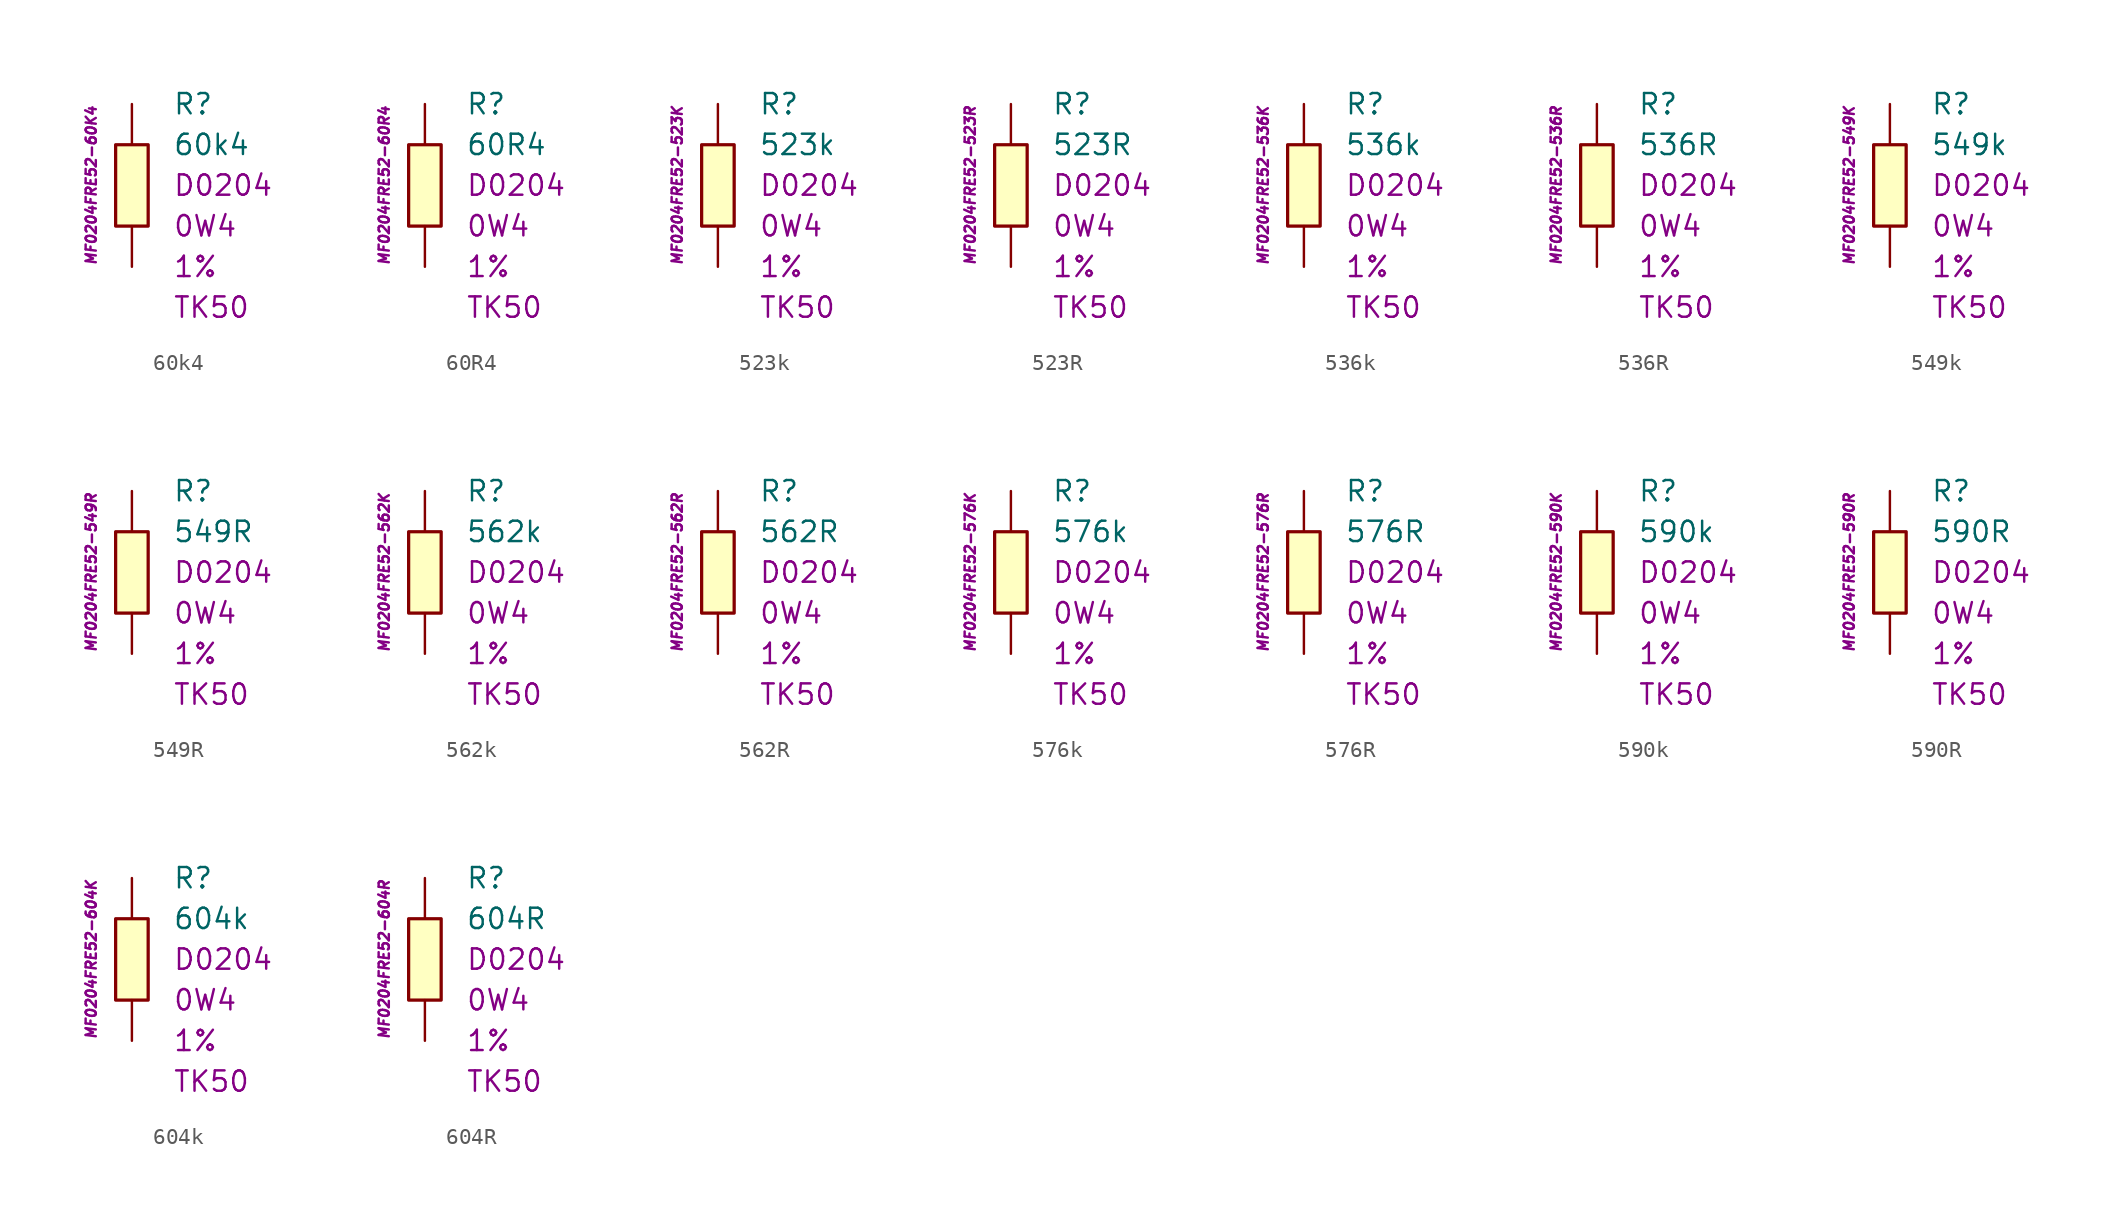
<source format=kicad_sym>
(kicad_symbol_lib
  (version 20201005)
  (generator kicad_symbol_editor)
  (symbol "60k4"
    (pin_numbers hide)
    (pin_names
      (offset 1.016) hide)
    (property "Reference" "R"
      (at 2.54 5.08 0)
      (effects (font (size 1.27 1.27)) (justify left)))
    (property "Value" "60k4"
      (at 2.54 2.54 0)
      (effects (font (size 1.27 1.27)) (justify left)))
    (property "Package" "D0204"
      (at 2.54 0 0)
      (effects (font (size 1.27 1.27)) (justify left)))
    (property "Power" "0W4"
      (at 2.54 -2.54 0)
      (effects (font (size 1.27 1.27)) (justify left)))
    (property "Tolerance" "1%"
      (at 2.54 -5.08 0)
      (effects (font (size 1.27 1.27)) (justify left)))
    (property "TK" "TK50"
      (at 2.54 -7.62 0)
      (effects (font (size 1.27 1.27)) (justify left)))
    (property "ID" "MF0204FRE52-60K4"
      (at -2.54 0 90)
      (effects (font (size 0.635 0.635) italic)))
    (symbol "60k4_0_1"
      (rectangle (start -1.016 2.54) (end 1.016 -2.54) (stroke (width 0.203)) (fill (type background))))
    (symbol "60k4_1_1"
      (pin passive line (at 0 5.08 270) (length 2.54) (name "~" (effects (font (size 1.778 1.778)))) (number "1" (effects (font (size 1.778 1.778)))))
      (pin passive line (at 0 -5.08 90) (length 2.54) (name "~" (effects (font (size 1.778 1.778)))) (number "2" (effects (font (size 1.778 1.778)))))))
  (symbol "60R4"
    (pin_numbers hide)
    (pin_names
      (offset 1.016) hide)
    (property "Reference" "R"
      (at 2.54 5.08 0)
      (effects (font (size 1.27 1.27)) (justify left)))
    (property "Value" "60R4"
      (at 2.54 2.54 0)
      (effects (font (size 1.27 1.27)) (justify left)))
    (property "Package" "D0204"
      (at 2.54 0 0)
      (effects (font (size 1.27 1.27)) (justify left)))
    (property "Power" "0W4"
      (at 2.54 -2.54 0)
      (effects (font (size 1.27 1.27)) (justify left)))
    (property "Tolerance" "1%"
      (at 2.54 -5.08 0)
      (effects (font (size 1.27 1.27)) (justify left)))
    (property "TK" "TK50"
      (at 2.54 -7.62 0)
      (effects (font (size 1.27 1.27)) (justify left)))
    (property "ID" "MF0204FRE52-60R4"
      (at -2.54 0 90)
      (effects (font (size 0.635 0.635) italic)))
    (symbol "60R4_0_1"
      (rectangle (start -1.016 2.54) (end 1.016 -2.54) (stroke (width 0.203)) (fill (type background))))
    (symbol "60R4_1_1"
      (pin passive line (at 0 5.08 270) (length 2.54) (name "~" (effects (font (size 1.778 1.778)))) (number "1" (effects (font (size 1.778 1.778)))))
      (pin passive line (at 0 -5.08 90) (length 2.54) (name "~" (effects (font (size 1.778 1.778)))) (number "2" (effects (font (size 1.778 1.778)))))))
  (symbol "523k"
    (pin_numbers hide)
    (pin_names
      (offset 1.016) hide)
    (property "Reference" "R"
      (at 2.54 5.08 0)
      (effects (font (size 1.27 1.27)) (justify left)))
    (property "Value" "523k"
      (at 2.54 2.54 0)
      (effects (font (size 1.27 1.27)) (justify left)))
    (property "Package" "D0204"
      (at 2.54 0 0)
      (effects (font (size 1.27 1.27)) (justify left)))
    (property "Power" "0W4"
      (at 2.54 -2.54 0)
      (effects (font (size 1.27 1.27)) (justify left)))
    (property "Tolerance" "1%"
      (at 2.54 -5.08 0)
      (effects (font (size 1.27 1.27)) (justify left)))
    (property "TK" "TK50"
      (at 2.54 -7.62 0)
      (effects (font (size 1.27 1.27)) (justify left)))
    (property "ID" "MF0204FRE52-523K"
      (at -2.54 0 90)
      (effects (font (size 0.635 0.635) italic)))
    (symbol "523k_0_1"
      (rectangle (start -1.016 2.54) (end 1.016 -2.54) (stroke (width 0.203)) (fill (type background))))
    (symbol "523k_1_1"
      (pin passive line (at 0 5.08 270) (length 2.54) (name "~" (effects (font (size 1.778 1.778)))) (number "1" (effects (font (size 1.778 1.778)))))
      (pin passive line (at 0 -5.08 90) (length 2.54) (name "~" (effects (font (size 1.778 1.778)))) (number "2" (effects (font (size 1.778 1.778)))))))
  (symbol "523R"
    (pin_numbers hide)
    (pin_names
      (offset 1.016) hide)
    (property "Reference" "R"
      (at 2.54 5.08 0)
      (effects (font (size 1.27 1.27)) (justify left)))
    (property "Value" "523R"
      (at 2.54 2.54 0)
      (effects (font (size 1.27 1.27)) (justify left)))
    (property "Package" "D0204"
      (at 2.54 0 0)
      (effects (font (size 1.27 1.27)) (justify left)))
    (property "Power" "0W4"
      (at 2.54 -2.54 0)
      (effects (font (size 1.27 1.27)) (justify left)))
    (property "Tolerance" "1%"
      (at 2.54 -5.08 0)
      (effects (font (size 1.27 1.27)) (justify left)))
    (property "TK" "TK50"
      (at 2.54 -7.62 0)
      (effects (font (size 1.27 1.27)) (justify left)))
    (property "ID" "MF0204FRE52-523R"
      (at -2.54 0 90)
      (effects (font (size 0.635 0.635) italic)))
    (symbol "523R_0_1"
      (rectangle (start -1.016 2.54) (end 1.016 -2.54) (stroke (width 0.203)) (fill (type background))))
    (symbol "523R_1_1"
      (pin passive line (at 0 5.08 270) (length 2.54) (name "~" (effects (font (size 1.778 1.778)))) (number "1" (effects (font (size 1.778 1.778)))))
      (pin passive line (at 0 -5.08 90) (length 2.54) (name "~" (effects (font (size 1.778 1.778)))) (number "2" (effects (font (size 1.778 1.778)))))))
  (symbol "536k"
    (pin_numbers hide)
    (pin_names
      (offset 1.016) hide)
    (property "Reference" "R"
      (at 2.54 5.08 0)
      (effects (font (size 1.27 1.27)) (justify left)))
    (property "Value" "536k"
      (at 2.54 2.54 0)
      (effects (font (size 1.27 1.27)) (justify left)))
    (property "Package" "D0204"
      (at 2.54 0 0)
      (effects (font (size 1.27 1.27)) (justify left)))
    (property "Power" "0W4"
      (at 2.54 -2.54 0)
      (effects (font (size 1.27 1.27)) (justify left)))
    (property "Tolerance" "1%"
      (at 2.54 -5.08 0)
      (effects (font (size 1.27 1.27)) (justify left)))
    (property "TK" "TK50"
      (at 2.54 -7.62 0)
      (effects (font (size 1.27 1.27)) (justify left)))
    (property "ID" "MF0204FRE52-536K"
      (at -2.54 0 90)
      (effects (font (size 0.635 0.635) italic)))
    (symbol "536k_0_1"
      (rectangle (start -1.016 2.54) (end 1.016 -2.54) (stroke (width 0.203)) (fill (type background))))
    (symbol "536k_1_1"
      (pin passive line (at 0 5.08 270) (length 2.54) (name "~" (effects (font (size 1.778 1.778)))) (number "1" (effects (font (size 1.778 1.778)))))
      (pin passive line (at 0 -5.08 90) (length 2.54) (name "~" (effects (font (size 1.778 1.778)))) (number "2" (effects (font (size 1.778 1.778)))))))
  (symbol "536R"
    (pin_numbers hide)
    (pin_names
      (offset 1.016) hide)
    (property "Reference" "R"
      (at 2.54 5.08 0)
      (effects (font (size 1.27 1.27)) (justify left)))
    (property "Value" "536R"
      (at 2.54 2.54 0)
      (effects (font (size 1.27 1.27)) (justify left)))
    (property "Package" "D0204"
      (at 2.54 0 0)
      (effects (font (size 1.27 1.27)) (justify left)))
    (property "Power" "0W4"
      (at 2.54 -2.54 0)
      (effects (font (size 1.27 1.27)) (justify left)))
    (property "Tolerance" "1%"
      (at 2.54 -5.08 0)
      (effects (font (size 1.27 1.27)) (justify left)))
    (property "TK" "TK50"
      (at 2.54 -7.62 0)
      (effects (font (size 1.27 1.27)) (justify left)))
    (property "ID" "MF0204FRE52-536R"
      (at -2.54 0 90)
      (effects (font (size 0.635 0.635) italic)))
    (symbol "536R_0_1"
      (rectangle (start -1.016 2.54) (end 1.016 -2.54) (stroke (width 0.203)) (fill (type background))))
    (symbol "536R_1_1"
      (pin passive line (at 0 5.08 270) (length 2.54) (name "~" (effects (font (size 1.778 1.778)))) (number "1" (effects (font (size 1.778 1.778)))))
      (pin passive line (at 0 -5.08 90) (length 2.54) (name "~" (effects (font (size 1.778 1.778)))) (number "2" (effects (font (size 1.778 1.778)))))))
  (symbol "549k"
    (pin_numbers hide)
    (pin_names
      (offset 1.016) hide)
    (property "Reference" "R"
      (at 2.54 5.08 0)
      (effects (font (size 1.27 1.27)) (justify left)))
    (property "Value" "549k"
      (at 2.54 2.54 0)
      (effects (font (size 1.27 1.27)) (justify left)))
    (property "Package" "D0204"
      (at 2.54 0 0)
      (effects (font (size 1.27 1.27)) (justify left)))
    (property "Power" "0W4"
      (at 2.54 -2.54 0)
      (effects (font (size 1.27 1.27)) (justify left)))
    (property "Tolerance" "1%"
      (at 2.54 -5.08 0)
      (effects (font (size 1.27 1.27)) (justify left)))
    (property "TK" "TK50"
      (at 2.54 -7.62 0)
      (effects (font (size 1.27 1.27)) (justify left)))
    (property "ID" "MF0204FRE52-549K"
      (at -2.54 0 90)
      (effects (font (size 0.635 0.635) italic)))
    (symbol "549k_0_1"
      (rectangle (start -1.016 2.54) (end 1.016 -2.54) (stroke (width 0.203)) (fill (type background))))
    (symbol "549k_1_1"
      (pin passive line (at 0 5.08 270) (length 2.54) (name "~" (effects (font (size 1.778 1.778)))) (number "1" (effects (font (size 1.778 1.778)))))
      (pin passive line (at 0 -5.08 90) (length 2.54) (name "~" (effects (font (size 1.778 1.778)))) (number "2" (effects (font (size 1.778 1.778)))))))
  (symbol "549R"
    (pin_numbers hide)
    (pin_names
      (offset 1.016) hide)
    (property "Reference" "R"
      (at 2.54 5.08 0)
      (effects (font (size 1.27 1.27)) (justify left)))
    (property "Value" "549R"
      (at 2.54 2.54 0)
      (effects (font (size 1.27 1.27)) (justify left)))
    (property "Package" "D0204"
      (at 2.54 0 0)
      (effects (font (size 1.27 1.27)) (justify left)))
    (property "Power" "0W4"
      (at 2.54 -2.54 0)
      (effects (font (size 1.27 1.27)) (justify left)))
    (property "Tolerance" "1%"
      (at 2.54 -5.08 0)
      (effects (font (size 1.27 1.27)) (justify left)))
    (property "TK" "TK50"
      (at 2.54 -7.62 0)
      (effects (font (size 1.27 1.27)) (justify left)))
    (property "ID" "MF0204FRE52-549R"
      (at -2.54 0 90)
      (effects (font (size 0.635 0.635) italic)))
    (symbol "549R_0_1"
      (rectangle (start -1.016 2.54) (end 1.016 -2.54) (stroke (width 0.203)) (fill (type background))))
    (symbol "549R_1_1"
      (pin passive line (at 0 5.08 270) (length 2.54) (name "~" (effects (font (size 1.778 1.778)))) (number "1" (effects (font (size 1.778 1.778)))))
      (pin passive line (at 0 -5.08 90) (length 2.54) (name "~" (effects (font (size 1.778 1.778)))) (number "2" (effects (font (size 1.778 1.778)))))))
  (symbol "562k"
    (pin_numbers hide)
    (pin_names
      (offset 1.016) hide)
    (property "Reference" "R"
      (at 2.54 5.08 0)
      (effects (font (size 1.27 1.27)) (justify left)))
    (property "Value" "562k"
      (at 2.54 2.54 0)
      (effects (font (size 1.27 1.27)) (justify left)))
    (property "Package" "D0204"
      (at 2.54 0 0)
      (effects (font (size 1.27 1.27)) (justify left)))
    (property "Power" "0W4"
      (at 2.54 -2.54 0)
      (effects (font (size 1.27 1.27)) (justify left)))
    (property "Tolerance" "1%"
      (at 2.54 -5.08 0)
      (effects (font (size 1.27 1.27)) (justify left)))
    (property "TK" "TK50"
      (at 2.54 -7.62 0)
      (effects (font (size 1.27 1.27)) (justify left)))
    (property "ID" "MF0204FRE52-562K"
      (at -2.54 0 90)
      (effects (font (size 0.635 0.635) italic)))
    (symbol "562k_0_1"
      (rectangle (start -1.016 2.54) (end 1.016 -2.54) (stroke (width 0.203)) (fill (type background))))
    (symbol "562k_1_1"
      (pin passive line (at 0 5.08 270) (length 2.54) (name "~" (effects (font (size 1.778 1.778)))) (number "1" (effects (font (size 1.778 1.778)))))
      (pin passive line (at 0 -5.08 90) (length 2.54) (name "~" (effects (font (size 1.778 1.778)))) (number "2" (effects (font (size 1.778 1.778)))))))
  (symbol "562R"
    (pin_numbers hide)
    (pin_names
      (offset 1.016) hide)
    (property "Reference" "R"
      (at 2.54 5.08 0)
      (effects (font (size 1.27 1.27)) (justify left)))
    (property "Value" "562R"
      (at 2.54 2.54 0)
      (effects (font (size 1.27 1.27)) (justify left)))
    (property "Package" "D0204"
      (at 2.54 0 0)
      (effects (font (size 1.27 1.27)) (justify left)))
    (property "Power" "0W4"
      (at 2.54 -2.54 0)
      (effects (font (size 1.27 1.27)) (justify left)))
    (property "Tolerance" "1%"
      (at 2.54 -5.08 0)
      (effects (font (size 1.27 1.27)) (justify left)))
    (property "TK" "TK50"
      (at 2.54 -7.62 0)
      (effects (font (size 1.27 1.27)) (justify left)))
    (property "ID" "MF0204FRE52-562R"
      (at -2.54 0 90)
      (effects (font (size 0.635 0.635) italic)))
    (symbol "562R_0_1"
      (rectangle (start -1.016 2.54) (end 1.016 -2.54) (stroke (width 0.203)) (fill (type background))))
    (symbol "562R_1_1"
      (pin passive line (at 0 5.08 270) (length 2.54) (name "~" (effects (font (size 1.778 1.778)))) (number "1" (effects (font (size 1.778 1.778)))))
      (pin passive line (at 0 -5.08 90) (length 2.54) (name "~" (effects (font (size 1.778 1.778)))) (number "2" (effects (font (size 1.778 1.778)))))))
  (symbol "576k"
    (pin_numbers hide)
    (pin_names
      (offset 1.016) hide)
    (property "Reference" "R"
      (at 2.54 5.08 0)
      (effects (font (size 1.27 1.27)) (justify left)))
    (property "Value" "576k"
      (at 2.54 2.54 0)
      (effects (font (size 1.27 1.27)) (justify left)))
    (property "Package" "D0204"
      (at 2.54 0 0)
      (effects (font (size 1.27 1.27)) (justify left)))
    (property "Power" "0W4"
      (at 2.54 -2.54 0)
      (effects (font (size 1.27 1.27)) (justify left)))
    (property "Tolerance" "1%"
      (at 2.54 -5.08 0)
      (effects (font (size 1.27 1.27)) (justify left)))
    (property "TK" "TK50"
      (at 2.54 -7.62 0)
      (effects (font (size 1.27 1.27)) (justify left)))
    (property "ID" "MF0204FRE52-576K"
      (at -2.54 0 90)
      (effects (font (size 0.635 0.635) italic)))
    (symbol "576k_0_1"
      (rectangle (start -1.016 2.54) (end 1.016 -2.54) (stroke (width 0.203)) (fill (type background))))
    (symbol "576k_1_1"
      (pin passive line (at 0 5.08 270) (length 2.54) (name "~" (effects (font (size 1.778 1.778)))) (number "1" (effects (font (size 1.778 1.778)))))
      (pin passive line (at 0 -5.08 90) (length 2.54) (name "~" (effects (font (size 1.778 1.778)))) (number "2" (effects (font (size 1.778 1.778)))))))
  (symbol "576R"
    (pin_numbers hide)
    (pin_names
      (offset 1.016) hide)
    (property "Reference" "R"
      (at 2.54 5.08 0)
      (effects (font (size 1.27 1.27)) (justify left)))
    (property "Value" "576R"
      (at 2.54 2.54 0)
      (effects (font (size 1.27 1.27)) (justify left)))
    (property "Package" "D0204"
      (at 2.54 0 0)
      (effects (font (size 1.27 1.27)) (justify left)))
    (property "Power" "0W4"
      (at 2.54 -2.54 0)
      (effects (font (size 1.27 1.27)) (justify left)))
    (property "Tolerance" "1%"
      (at 2.54 -5.08 0)
      (effects (font (size 1.27 1.27)) (justify left)))
    (property "TK" "TK50"
      (at 2.54 -7.62 0)
      (effects (font (size 1.27 1.27)) (justify left)))
    (property "ID" "MF0204FRE52-576R"
      (at -2.54 0 90)
      (effects (font (size 0.635 0.635) italic)))
    (symbol "576R_0_1"
      (rectangle (start -1.016 2.54) (end 1.016 -2.54) (stroke (width 0.203)) (fill (type background))))
    (symbol "576R_1_1"
      (pin passive line (at 0 5.08 270) (length 2.54) (name "~" (effects (font (size 1.778 1.778)))) (number "1" (effects (font (size 1.778 1.778)))))
      (pin passive line (at 0 -5.08 90) (length 2.54) (name "~" (effects (font (size 1.778 1.778)))) (number "2" (effects (font (size 1.778 1.778)))))))
  (symbol "590k"
    (pin_numbers hide)
    (pin_names
      (offset 1.016) hide)
    (property "Reference" "R"
      (at 2.54 5.08 0)
      (effects (font (size 1.27 1.27)) (justify left)))
    (property "Value" "590k"
      (at 2.54 2.54 0)
      (effects (font (size 1.27 1.27)) (justify left)))
    (property "Package" "D0204"
      (at 2.54 0 0)
      (effects (font (size 1.27 1.27)) (justify left)))
    (property "Power" "0W4"
      (at 2.54 -2.54 0)
      (effects (font (size 1.27 1.27)) (justify left)))
    (property "Tolerance" "1%"
      (at 2.54 -5.08 0)
      (effects (font (size 1.27 1.27)) (justify left)))
    (property "TK" "TK50"
      (at 2.54 -7.62 0)
      (effects (font (size 1.27 1.27)) (justify left)))
    (property "ID" "MF0204FRE52-590K"
      (at -2.54 0 90)
      (effects (font (size 0.635 0.635) italic)))
    (symbol "590k_0_1"
      (rectangle (start -1.016 2.54) (end 1.016 -2.54) (stroke (width 0.203)) (fill (type background))))
    (symbol "590k_1_1"
      (pin passive line (at 0 5.08 270) (length 2.54) (name "~" (effects (font (size 1.778 1.778)))) (number "1" (effects (font (size 1.778 1.778)))))
      (pin passive line (at 0 -5.08 90) (length 2.54) (name "~" (effects (font (size 1.778 1.778)))) (number "2" (effects (font (size 1.778 1.778)))))))
  (symbol "590R"
    (pin_numbers hide)
    (pin_names
      (offset 1.016) hide)
    (property "Reference" "R"
      (at 2.54 5.08 0)
      (effects (font (size 1.27 1.27)) (justify left)))
    (property "Value" "590R"
      (at 2.54 2.54 0)
      (effects (font (size 1.27 1.27)) (justify left)))
    (property "Package" "D0204"
      (at 2.54 0 0)
      (effects (font (size 1.27 1.27)) (justify left)))
    (property "Power" "0W4"
      (at 2.54 -2.54 0)
      (effects (font (size 1.27 1.27)) (justify left)))
    (property "Tolerance" "1%"
      (at 2.54 -5.08 0)
      (effects (font (size 1.27 1.27)) (justify left)))
    (property "TK" "TK50"
      (at 2.54 -7.62 0)
      (effects (font (size 1.27 1.27)) (justify left)))
    (property "ID" "MF0204FRE52-590R"
      (at -2.54 0 90)
      (effects (font (size 0.635 0.635) italic)))
    (symbol "590R_0_1"
      (rectangle (start -1.016 2.54) (end 1.016 -2.54) (stroke (width 0.203)) (fill (type background))))
    (symbol "590R_1_1"
      (pin passive line (at 0 5.08 270) (length 2.54) (name "~" (effects (font (size 1.778 1.778)))) (number "1" (effects (font (size 1.778 1.778)))))
      (pin passive line (at 0 -5.08 90) (length 2.54) (name "~" (effects (font (size 1.778 1.778)))) (number "2" (effects (font (size 1.778 1.778)))))))
  (symbol "604k"
    (pin_numbers hide)
    (pin_names
      (offset 1.016) hide)
    (property "Reference" "R"
      (at 2.54 5.08 0)
      (effects (font (size 1.27 1.27)) (justify left)))
    (property "Value" "604k"
      (at 2.54 2.54 0)
      (effects (font (size 1.27 1.27)) (justify left)))
    (property "Package" "D0204"
      (at 2.54 0 0)
      (effects (font (size 1.27 1.27)) (justify left)))
    (property "Power" "0W4"
      (at 2.54 -2.54 0)
      (effects (font (size 1.27 1.27)) (justify left)))
    (property "Tolerance" "1%"
      (at 2.54 -5.08 0)
      (effects (font (size 1.27 1.27)) (justify left)))
    (property "TK" "TK50"
      (at 2.54 -7.62 0)
      (effects (font (size 1.27 1.27)) (justify left)))
    (property "ID" "MF0204FRE52-604K"
      (at -2.54 0 90)
      (effects (font (size 0.635 0.635) italic)))
    (symbol "604k_0_1"
      (rectangle (start -1.016 2.54) (end 1.016 -2.54) (stroke (width 0.203)) (fill (type background))))
    (symbol "604k_1_1"
      (pin passive line (at 0 5.08 270) (length 2.54) (name "~" (effects (font (size 1.778 1.778)))) (number "1" (effects (font (size 1.778 1.778)))))
      (pin passive line (at 0 -5.08 90) (length 2.54) (name "~" (effects (font (size 1.778 1.778)))) (number "2" (effects (font (size 1.778 1.778)))))))
  (symbol "604R"
    (pin_numbers hide)
    (pin_names
      (offset 1.016) hide)
    (property "Reference" "R"
      (at 2.54 5.08 0)
      (effects (font (size 1.27 1.27)) (justify left)))
    (property "Value" "604R"
      (at 2.54 2.54 0)
      (effects (font (size 1.27 1.27)) (justify left)))
    (property "Package" "D0204"
      (at 2.54 0 0)
      (effects (font (size 1.27 1.27)) (justify left)))
    (property "Power" "0W4"
      (at 2.54 -2.54 0)
      (effects (font (size 1.27 1.27)) (justify left)))
    (property "Tolerance" "1%"
      (at 2.54 -5.08 0)
      (effects (font (size 1.27 1.27)) (justify left)))
    (property "TK" "TK50"
      (at 2.54 -7.62 0)
      (effects (font (size 1.27 1.27)) (justify left)))
    (property "ID" "MF0204FRE52-604R"
      (at -2.54 0 90)
      (effects (font (size 0.635 0.635) italic)))
    (symbol "604R_0_1"
      (rectangle (start -1.016 2.54) (end 1.016 -2.54) (stroke (width 0.203)) (fill (type background))))
    (symbol "604R_1_1"
      (pin passive line (at 0 5.08 270) (length 2.54) (name "~" (effects (font (size 1.778 1.778)))) (number "1" (effects (font (size 1.778 1.778)))))
      (pin passive line (at 0 -5.08 90) (length 2.54) (name "~" (effects (font (size 1.778 1.778)))) (number "2" (effects (font (size 1.778 1.778))))))))
</source>
